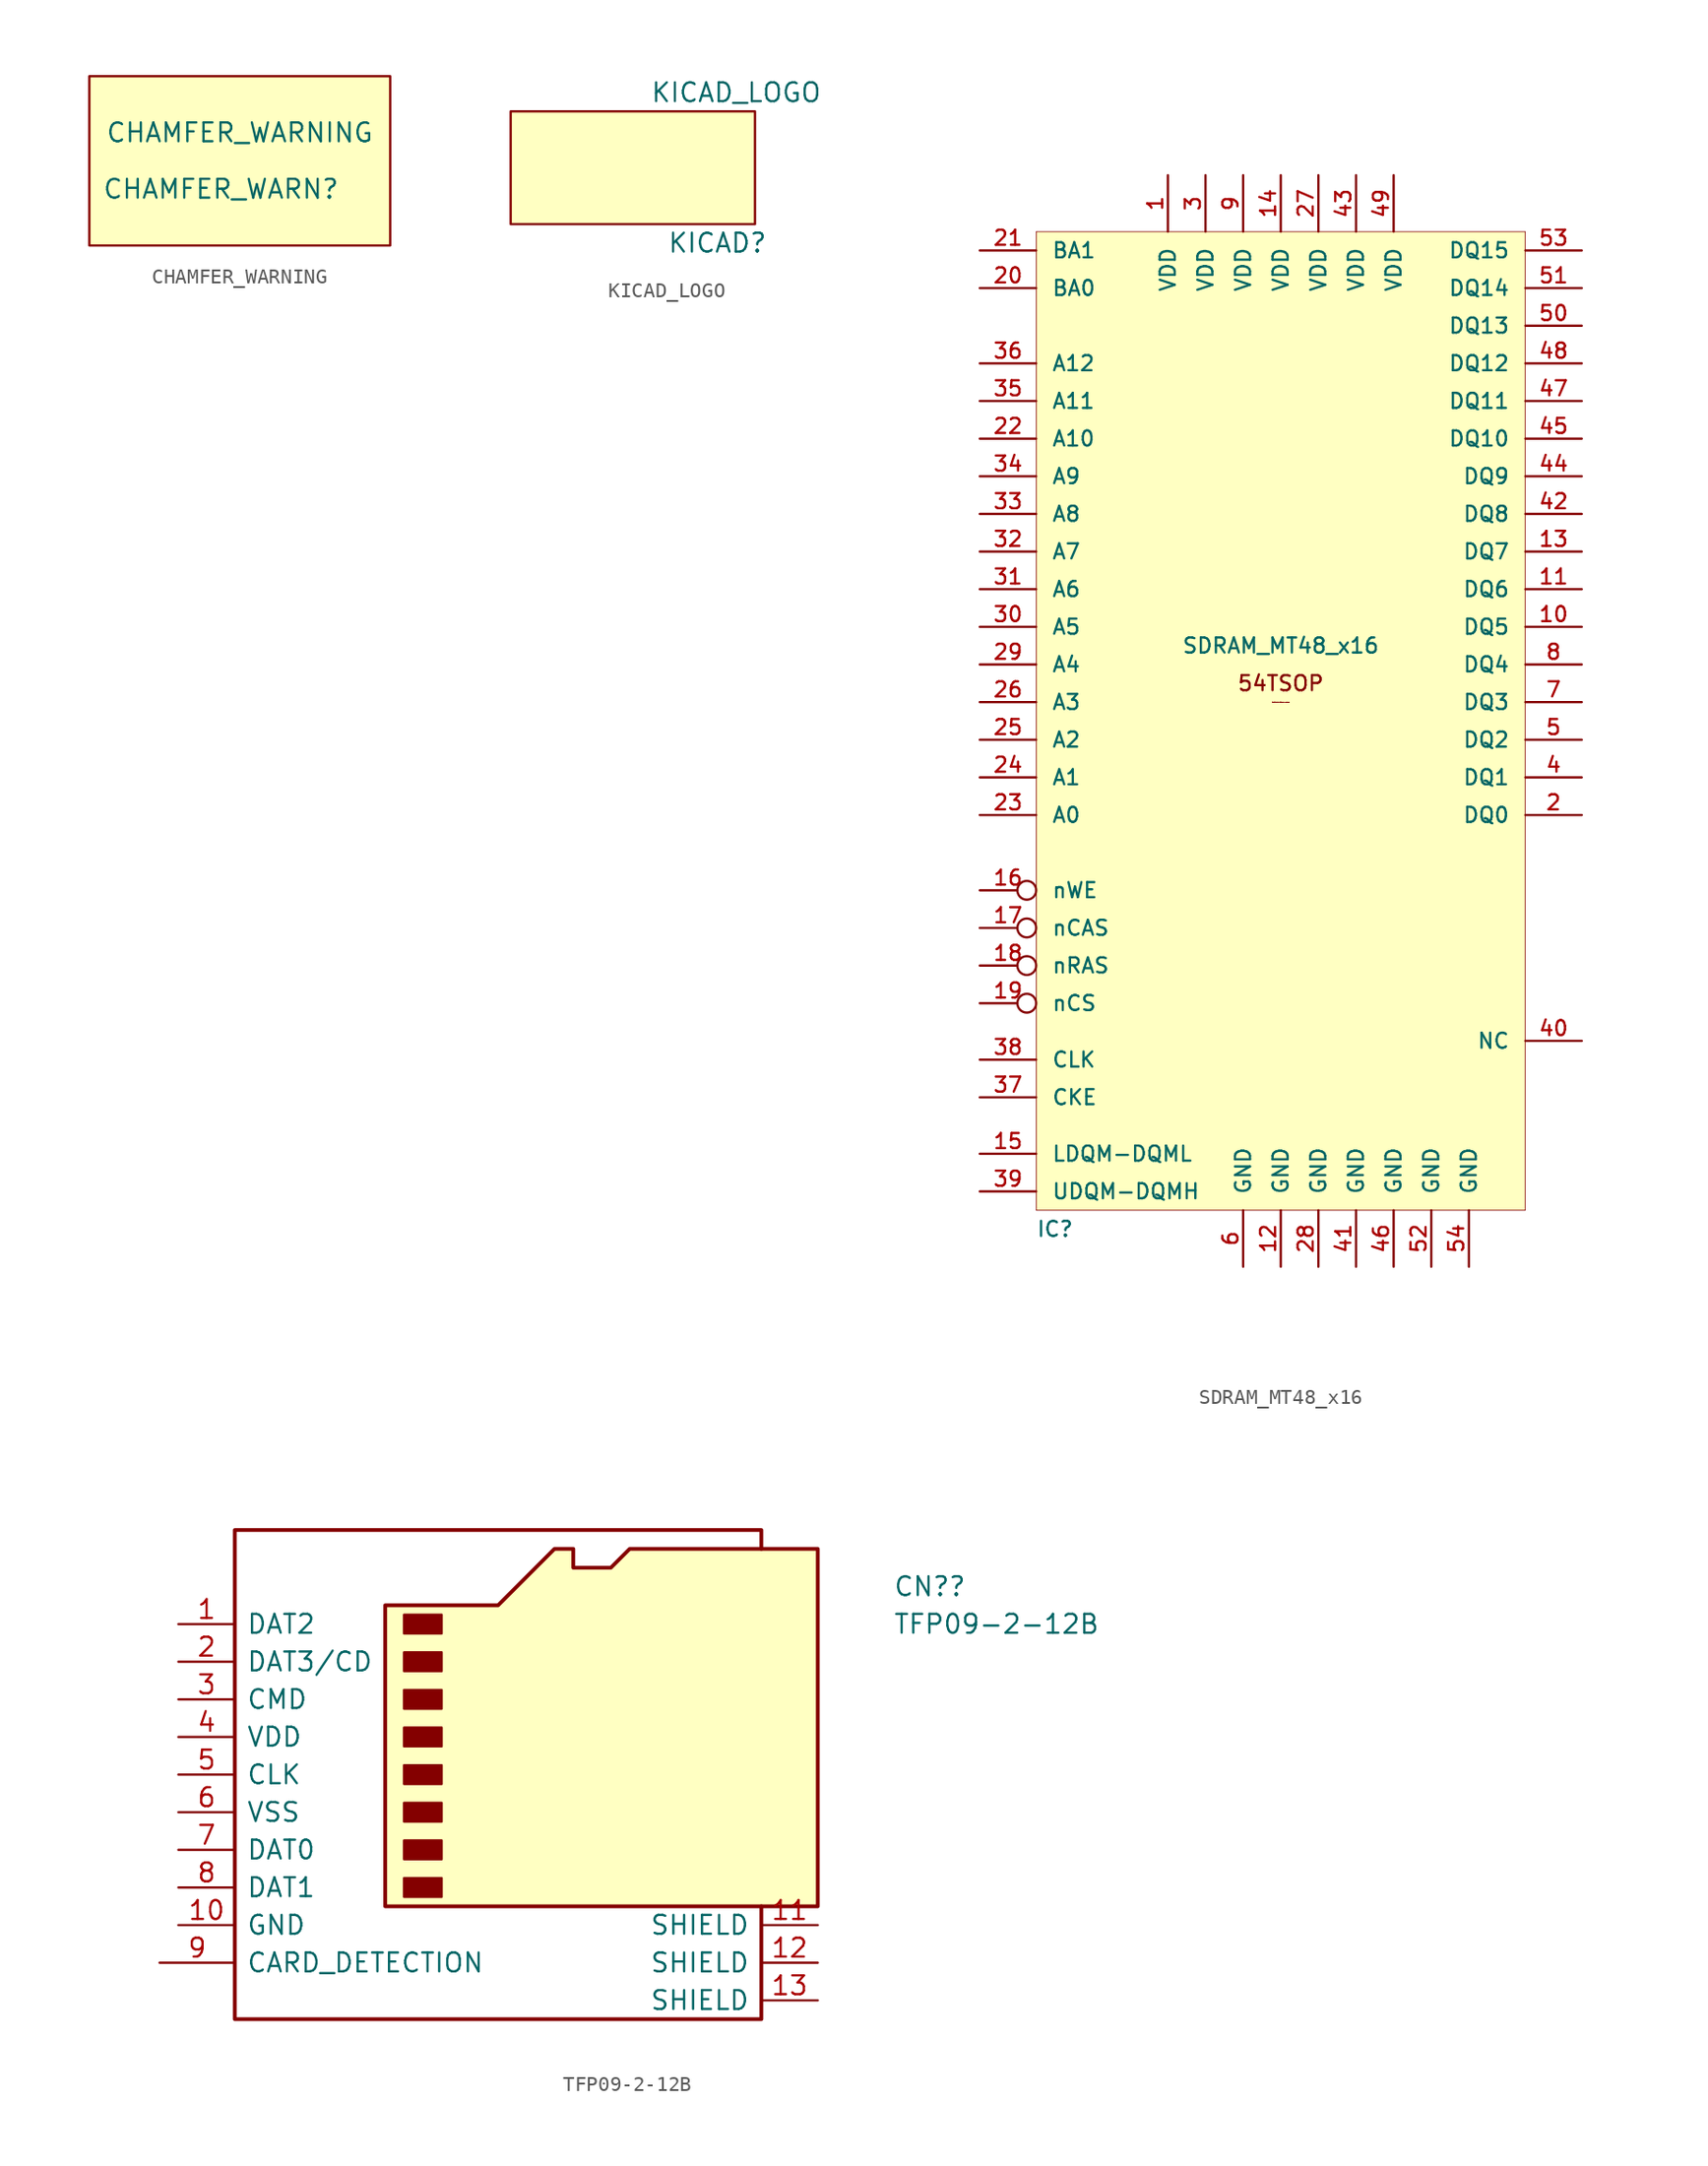
<source format=kicad_sym>
(kicad_symbol_lib
  (version 20211014)
  (generator kicad_symbol_editor)
  (symbol "CHAMFER_WARNING"
    (pin_names
      (offset 1.016))
    (property "Reference" "CHAMFER_WARN"
      (at -1.27 -2.54 0)
      (effects (font (size 1.27 1.27))))
    (property "Value" "CHAMFER_WARNING"
      (at 0 1.27 0)
      (effects (font (size 1.27 1.27))))
    (symbol "CHAMFER_WARNING_0_1"
      (rectangle (start -10.16 5.08) (end 10.16 -6.35) (stroke (width 0) (type default) (color 0 0 0 0)) (fill (type background)))))
  (symbol "KICAD_LOGO"
    (pin_names
      (offset 1.016))
    (property "Reference" "KICAD"
      (at 5.08 -5.08 0)
      (effects (font (size 1.27 1.27))))
    (property "Value" "KICAD_LOGO"
      (at 6.35 5.08 0)
      (effects (font (size 1.27 1.27))))
    (symbol "KICAD_LOGO_0_1"
      (rectangle (start -8.89 3.81) (end 7.62 -3.81) (stroke (width 0) (type default) (color 0 0 0 0)) (fill (type background)))))
  (symbol "SDRAM_MT48_x16"
    (pin_names
      (offset 1.016))
    (property "Reference" "IC"
      (at -15.24 -35.56 0)
      (effects (font (size 1.016 1.016))))
    (property "Value" "SDRAM_MT48_x16"
      (at 0 3.81 0)
      (effects (font (size 1.016 1.016))))
    (property "Footprint" ""
      (at 0 0 0)
      (effects (font (size 1.524 1.524))))
    (property "Datasheet" ""
      (at 0 0 0)
      (effects (font (size 1.524 1.524))))
    (symbol "SDRAM_MT48_x16_0_0"
      (text "54TSOP" (at 0 1.27 0) (effects (font (size 1.016 1.016))))
      (text "Schematic Symbol Drawn By Opendous Inc. www.opendous.org" (at 0 0 0) (effects (font (size 0.025 0.025)))))
    (symbol "SDRAM_MT48_x16_0_1"
      (rectangle (start 16.51 31.75) (end -16.51 -34.29) (stroke (width 0.051) (type default) (color 0 0 0 0)) (fill (type background))))
    (symbol "SDRAM_MT48_x16_1_1"
      (pin power_in line (at -7.62 35.56 270) (length 3.81) (name "VDD" (effects (font (size 1.016 1.016)))) (number "1" (effects (font (size 1.016 1.016)))))
      (pin bidirectional line (at 20.32 5.08 180) (length 3.81) (name "DQ5" (effects (font (size 1.016 1.016)))) (number "10" (effects (font (size 1.016 1.016)))))
      (pin bidirectional line (at 20.32 7.62 180) (length 3.81) (name "DQ6" (effects (font (size 1.016 1.016)))) (number "11" (effects (font (size 1.016 1.016)))))
      (pin power_in line (at 0 -38.1 90) (length 3.81) (name "GND" (effects (font (size 1.016 1.016)))) (number "12" (effects (font (size 1.016 1.016)))))
      (pin bidirectional line (at 20.32 10.16 180) (length 3.81) (name "DQ7" (effects (font (size 1.016 1.016)))) (number "13" (effects (font (size 1.016 1.016)))))
      (pin power_in line (at 0 35.56 270) (length 3.81) (name "VDD" (effects (font (size 1.016 1.016)))) (number "14" (effects (font (size 1.016 1.016)))))
      (pin input line (at -20.32 -30.48 0) (length 3.81) (name "LDQM-DQML" (effects (font (size 1.016 1.016)))) (number "15" (effects (font (size 1.016 1.016)))))
      (pin input inverted (at -20.32 -12.7 0) (length 3.81) (name "nWE" (effects (font (size 1.016 1.016)))) (number "16" (effects (font (size 1.016 1.016)))))
      (pin input inverted (at -20.32 -15.24 0) (length 3.81) (name "nCAS" (effects (font (size 1.016 1.016)))) (number "17" (effects (font (size 1.016 1.016)))))
      (pin input inverted (at -20.32 -17.78 0) (length 3.81) (name "nRAS" (effects (font (size 1.016 1.016)))) (number "18" (effects (font (size 1.016 1.016)))))
      (pin input inverted (at -20.32 -20.32 0) (length 3.81) (name "nCS" (effects (font (size 1.016 1.016)))) (number "19" (effects (font (size 1.016 1.016)))))
      (pin bidirectional line (at 20.32 -7.62 180) (length 3.81) (name "DQ0" (effects (font (size 1.016 1.016)))) (number "2" (effects (font (size 1.016 1.016)))))
      (pin input line (at -20.32 27.94 0) (length 3.81) (name "BA0" (effects (font (size 1.016 1.016)))) (number "20" (effects (font (size 1.016 1.016)))))
      (pin input line (at -20.32 30.48 0) (length 3.81) (name "BA1" (effects (font (size 1.016 1.016)))) (number "21" (effects (font (size 1.016 1.016)))))
      (pin input line (at -20.32 17.78 0) (length 3.81) (name "A10" (effects (font (size 1.016 1.016)))) (number "22" (effects (font (size 1.016 1.016)))))
      (pin input line (at -20.32 -7.62 0) (length 3.81) (name "A0" (effects (font (size 1.016 1.016)))) (number "23" (effects (font (size 1.016 1.016)))))
      (pin input line (at -20.32 -5.08 0) (length 3.81) (name "A1" (effects (font (size 1.016 1.016)))) (number "24" (effects (font (size 1.016 1.016)))))
      (pin input line (at -20.32 -2.54 0) (length 3.81) (name "A2" (effects (font (size 1.016 1.016)))) (number "25" (effects (font (size 1.016 1.016)))))
      (pin input line (at -20.32 0 0) (length 3.81) (name "A3" (effects (font (size 1.016 1.016)))) (number "26" (effects (font (size 1.016 1.016)))))
      (pin power_in line (at 2.54 35.56 270) (length 3.81) (name "VDD" (effects (font (size 1.016 1.016)))) (number "27" (effects (font (size 1.016 1.016)))))
      (pin power_in line (at 2.54 -38.1 90) (length 3.81) (name "GND" (effects (font (size 1.016 1.016)))) (number "28" (effects (font (size 1.016 1.016)))))
      (pin input line (at -20.32 2.54 0) (length 3.81) (name "A4" (effects (font (size 1.016 1.016)))) (number "29" (effects (font (size 1.016 1.016)))))
      (pin power_in line (at -5.08 35.56 270) (length 3.81) (name "VDD" (effects (font (size 1.016 1.016)))) (number "3" (effects (font (size 1.016 1.016)))))
      (pin input line (at -20.32 5.08 0) (length 3.81) (name "A5" (effects (font (size 1.016 1.016)))) (number "30" (effects (font (size 1.016 1.016)))))
      (pin input line (at -20.32 7.62 0) (length 3.81) (name "A6" (effects (font (size 1.016 1.016)))) (number "31" (effects (font (size 1.016 1.016)))))
      (pin input line (at -20.32 10.16 0) (length 3.81) (name "A7" (effects (font (size 1.016 1.016)))) (number "32" (effects (font (size 1.016 1.016)))))
      (pin input line (at -20.32 12.7 0) (length 3.81) (name "A8" (effects (font (size 1.016 1.016)))) (number "33" (effects (font (size 1.016 1.016)))))
      (pin input line (at -20.32 15.24 0) (length 3.81) (name "A9" (effects (font (size 1.016 1.016)))) (number "34" (effects (font (size 1.016 1.016)))))
      (pin input line (at -20.32 20.32 0) (length 3.81) (name "A11" (effects (font (size 1.016 1.016)))) (number "35" (effects (font (size 1.016 1.016)))))
      (pin input line (at -20.32 22.86 0) (length 3.81) (name "A12" (effects (font (size 1.016 1.016)))) (number "36" (effects (font (size 1.016 1.016)))))
      (pin input line (at -20.32 -26.67 0) (length 3.81) (name "CKE" (effects (font (size 1.016 1.016)))) (number "37" (effects (font (size 1.016 1.016)))))
      (pin input line (at -20.32 -24.13 0) (length 3.81) (name "CLK" (effects (font (size 1.016 1.016)))) (number "38" (effects (font (size 1.016 1.016)))))
      (pin input line (at -20.32 -33.02 0) (length 3.81) (name "UDQM-DQMH" (effects (font (size 1.016 1.016)))) (number "39" (effects (font (size 1.016 1.016)))))
      (pin bidirectional line (at 20.32 -5.08 180) (length 3.81) (name "DQ1" (effects (font (size 1.016 1.016)))) (number "4" (effects (font (size 1.016 1.016)))))
      (pin power_in line (at 20.32 -22.86 180) (length 3.81) (name "NC" (effects (font (size 1.016 1.016)))) (number "40" (effects (font (size 1.016 1.016)))))
      (pin power_in line (at 5.08 -38.1 90) (length 3.81) (name "GND" (effects (font (size 1.016 1.016)))) (number "41" (effects (font (size 1.016 1.016)))))
      (pin bidirectional line (at 20.32 12.7 180) (length 3.81) (name "DQ8" (effects (font (size 1.016 1.016)))) (number "42" (effects (font (size 1.016 1.016)))))
      (pin power_in line (at 5.08 35.56 270) (length 3.81) (name "VDD" (effects (font (size 1.016 1.016)))) (number "43" (effects (font (size 1.016 1.016)))))
      (pin bidirectional line (at 20.32 15.24 180) (length 3.81) (name "DQ9" (effects (font (size 1.016 1.016)))) (number "44" (effects (font (size 1.016 1.016)))))
      (pin bidirectional line (at 20.32 17.78 180) (length 3.81) (name "DQ10" (effects (font (size 1.016 1.016)))) (number "45" (effects (font (size 1.016 1.016)))))
      (pin power_in line (at 7.62 -38.1 90) (length 3.81) (name "GND" (effects (font (size 1.016 1.016)))) (number "46" (effects (font (size 1.016 1.016)))))
      (pin bidirectional line (at 20.32 20.32 180) (length 3.81) (name "DQ11" (effects (font (size 1.016 1.016)))) (number "47" (effects (font (size 1.016 1.016)))))
      (pin bidirectional line (at 20.32 22.86 180) (length 3.81) (name "DQ12" (effects (font (size 1.016 1.016)))) (number "48" (effects (font (size 1.016 1.016)))))
      (pin power_in line (at 7.62 35.56 270) (length 3.81) (name "VDD" (effects (font (size 1.016 1.016)))) (number "49" (effects (font (size 1.016 1.016)))))
      (pin bidirectional line (at 20.32 -2.54 180) (length 3.81) (name "DQ2" (effects (font (size 1.016 1.016)))) (number "5" (effects (font (size 1.016 1.016)))))
      (pin bidirectional line (at 20.32 25.4 180) (length 3.81) (name "DQ13" (effects (font (size 1.016 1.016)))) (number "50" (effects (font (size 1.016 1.016)))))
      (pin bidirectional line (at 20.32 27.94 180) (length 3.81) (name "DQ14" (effects (font (size 1.016 1.016)))) (number "51" (effects (font (size 1.016 1.016)))))
      (pin power_in line (at 10.16 -38.1 90) (length 3.81) (name "GND" (effects (font (size 1.016 1.016)))) (number "52" (effects (font (size 1.016 1.016)))))
      (pin bidirectional line (at 20.32 30.48 180) (length 3.81) (name "DQ15" (effects (font (size 1.016 1.016)))) (number "53" (effects (font (size 1.016 1.016)))))
      (pin power_in line (at 12.7 -38.1 90) (length 3.81) (name "GND" (effects (font (size 1.016 1.016)))) (number "54" (effects (font (size 1.016 1.016)))))
      (pin power_in line (at -2.54 -38.1 90) (length 3.81) (name "GND" (effects (font (size 1.016 1.016)))) (number "6" (effects (font (size 1.016 1.016)))))
      (pin bidirectional line (at 20.32 0 180) (length 3.81) (name "DQ3" (effects (font (size 1.016 1.016)))) (number "7" (effects (font (size 1.016 1.016)))))
      (pin bidirectional line (at 20.32 2.54 180) (length 3.81) (name "DQ4" (effects (font (size 1.016 1.016)))) (number "8" (effects (font (size 1.016 1.016)))))
      (pin power_in line (at -2.54 35.56 270) (length 3.81) (name "VDD" (effects (font (size 1.016 1.016)))) (number "9" (effects (font (size 1.016 1.016)))))))
  (symbol "TFP09-2-12B"
    (pin_names
      (offset 0.762))
    (property "Reference" "CN?"
      (at 26.67 11.43 0)
      (effects (font (size 1.27 1.27)) (justify left)))
    (property "Value" "TFP09-2-12B"
      (at 26.67 8.89 0)
      (effects (font (size 1.27 1.27)) (justify left)))
    (symbol "TFP09-2-12B_0_0"
      (pin passive line (at -22.86 -13.97 0) (length 5.08) (name "CARD_DETECTION" (effects (font (size 1.27 1.27)))) (number "9" (effects (font (size 1.27 1.27))))))
    (symbol "TFP09-2-12B_1_1"
      (rectangle (start -6.35 -8.255) (end -3.81 -9.525) (stroke (width 0) (type default) (color 0 0 0 0)) (fill (type outline)))
      (rectangle (start -6.35 -5.715) (end -3.81 -6.985) (stroke (width 0) (type default) (color 0 0 0 0)) (fill (type outline)))
      (rectangle (start -6.35 -3.175) (end -3.81 -4.445) (stroke (width 0) (type default) (color 0 0 0 0)) (fill (type outline)))
      (rectangle (start -6.35 -0.635) (end -3.81 -1.905) (stroke (width 0) (type default) (color 0 0 0 0)) (fill (type outline)))
      (rectangle (start -6.35 1.905) (end -3.81 0.635) (stroke (width 0) (type default) (color 0 0 0 0)) (fill (type outline)))
      (rectangle (start -6.35 4.445) (end -3.81 3.175) (stroke (width 0) (type default) (color 0 0 0 0)) (fill (type outline)))
      (rectangle (start -6.35 6.985) (end -3.81 5.715) (stroke (width 0) (type default) (color 0 0 0 0)) (fill (type outline)))
      (rectangle (start -6.35 9.525) (end -3.81 8.255) (stroke (width 0) (type default) (color 0 0 0 0)) (fill (type outline)))
      (polyline (pts (xy 17.78 13.97) (xy 17.78 15.24) (xy -17.78 15.24) (xy -17.78 -17.78) (xy 17.78 -17.78) (xy 17.78 -10.16)) (stroke (width 0.254) (type default) (color 0 0 0 0)) (fill (type none)))
      (polyline (pts (xy -7.62 -10.16) (xy -7.62 10.16) (xy 0 10.16) (xy 3.81 13.97) (xy 5.08 13.97) (xy 5.08 12.7) (xy 7.62 12.7) (xy 8.89 13.97) (xy 21.59 13.97) (xy 21.59 -10.16) (xy -7.62 -10.16)) (stroke (width 0.254) (type default) (color 0 0 0 0)) (fill (type background)))
      (pin bidirectional line (at -21.59 8.89 0) (length 3.81) (name "DAT2" (effects (font (size 1.27 1.27)))) (number "1" (effects (font (size 1.27 1.27)))))
      (pin passive line (at -21.59 -11.43 0) (length 3.81) (name "GND" (effects (font (size 1.27 1.27)))) (number "10" (effects (font (size 1.27 1.27)))))
      (pin passive line (at 21.59 -11.43 180) (length 3.81) (name "SHIELD" (effects (font (size 1.27 1.27)))) (number "11" (effects (font (size 1.27 1.27)))))
      (pin passive line (at 21.59 -13.97 180) (length 3.81) (name "SHIELD" (effects (font (size 1.27 1.27)))) (number "12" (effects (font (size 1.27 1.27)))))
      (pin passive line (at 21.59 -16.51 180) (length 3.81) (name "SHIELD" (effects (font (size 1.27 1.27)))) (number "13" (effects (font (size 1.27 1.27)))))
      (pin bidirectional line (at -21.59 6.35 0) (length 3.81) (name "DAT3/CD" (effects (font (size 1.27 1.27)))) (number "2" (effects (font (size 1.27 1.27)))))
      (pin input line (at -21.59 3.81 0) (length 3.81) (name "CMD" (effects (font (size 1.27 1.27)))) (number "3" (effects (font (size 1.27 1.27)))))
      (pin power_in line (at -21.59 1.27 0) (length 3.81) (name "VDD" (effects (font (size 1.27 1.27)))) (number "4" (effects (font (size 1.27 1.27)))))
      (pin input line (at -21.59 -1.27 0) (length 3.81) (name "CLK" (effects (font (size 1.27 1.27)))) (number "5" (effects (font (size 1.27 1.27)))))
      (pin power_in line (at -21.59 -3.81 0) (length 3.81) (name "VSS" (effects (font (size 1.27 1.27)))) (number "6" (effects (font (size 1.27 1.27)))))
      (pin input line (at -21.59 -6.35 0) (length 3.81) (name "DAT0" (effects (font (size 1.27 1.27)))) (number "7" (effects (font (size 1.27 1.27)))))
      (pin input line (at -21.59 -8.89 0) (length 3.81) (name "DAT1" (effects (font (size 1.27 1.27)))) (number "8" (effects (font (size 1.27 1.27))))))))
</source>
